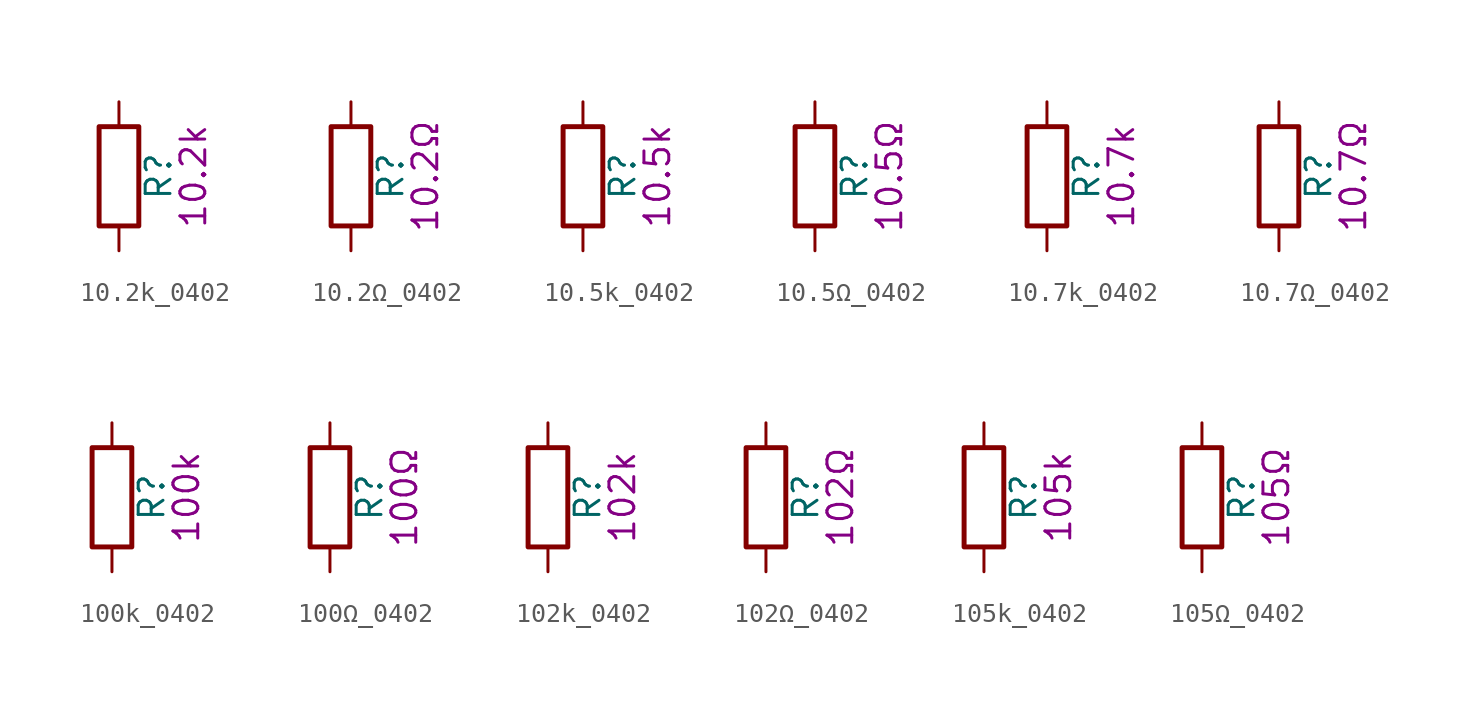
<source format=kicad_sym>
(kicad_symbol_lib
  (version 20211014)
  (generator kicad_symbol_editor)
  (symbol "10.2k_0402"
    (pin_numbers hide)
    (pin_names
      (offset 0))
    (property "Reference" "R"
      (at 2.032 0 90)
      (effects (font (size 1.27 1.27))))
    (property "Display" "10.2k"
      (at 3.81 0 90)
      (effects (font (size 1.27 1.27))))
    (symbol "10.2k_0402_0_1"
      (rectangle (start -1.016 -2.54) (end 1.016 2.54) (stroke (width 0.254) (type default) (color 0 0 0 0)) (fill (type none))))
    (symbol "10.2k_0402_1_1"
      (pin passive line (at 0 3.81 270) (length 1.27) (name "~" (effects (font (size 1.27 1.27)))) (number "1" (effects (font (size 1.27 1.27)))))
      (pin passive line (at 0 -3.81 90) (length 1.27) (name "~" (effects (font (size 1.27 1.27)))) (number "2" (effects (font (size 1.27 1.27)))))))
  (symbol "10.2Ω_0402"
    (pin_numbers hide)
    (pin_names
      (offset 0))
    (property "Reference" "R"
      (at 2.032 0 90)
      (effects (font (size 1.27 1.27))))
    (property "Display" "10.2Ω"
      (at 3.81 0 90)
      (effects (font (size 1.27 1.27))))
    (symbol "10.2Ω_0402_0_1"
      (rectangle (start -1.016 -2.54) (end 1.016 2.54) (stroke (width 0.254) (type default) (color 0 0 0 0)) (fill (type none))))
    (symbol "10.2Ω_0402_1_1"
      (pin passive line (at 0 3.81 270) (length 1.27) (name "~" (effects (font (size 1.27 1.27)))) (number "1" (effects (font (size 1.27 1.27)))))
      (pin passive line (at 0 -3.81 90) (length 1.27) (name "~" (effects (font (size 1.27 1.27)))) (number "2" (effects (font (size 1.27 1.27)))))))
  (symbol "10.5k_0402"
    (pin_numbers hide)
    (pin_names
      (offset 0))
    (property "Reference" "R"
      (at 2.032 0 90)
      (effects (font (size 1.27 1.27))))
    (property "Display" "10.5k"
      (at 3.81 0 90)
      (effects (font (size 1.27 1.27))))
    (symbol "10.5k_0402_0_1"
      (rectangle (start -1.016 -2.54) (end 1.016 2.54) (stroke (width 0.254) (type default) (color 0 0 0 0)) (fill (type none))))
    (symbol "10.5k_0402_1_1"
      (pin passive line (at 0 3.81 270) (length 1.27) (name "~" (effects (font (size 1.27 1.27)))) (number "1" (effects (font (size 1.27 1.27)))))
      (pin passive line (at 0 -3.81 90) (length 1.27) (name "~" (effects (font (size 1.27 1.27)))) (number "2" (effects (font (size 1.27 1.27)))))))
  (symbol "10.5Ω_0402"
    (pin_numbers hide)
    (pin_names
      (offset 0))
    (property "Reference" "R"
      (at 2.032 0 90)
      (effects (font (size 1.27 1.27))))
    (property "Display" "10.5Ω"
      (at 3.81 0 90)
      (effects (font (size 1.27 1.27))))
    (symbol "10.5Ω_0402_0_1"
      (rectangle (start -1.016 -2.54) (end 1.016 2.54) (stroke (width 0.254) (type default) (color 0 0 0 0)) (fill (type none))))
    (symbol "10.5Ω_0402_1_1"
      (pin passive line (at 0 3.81 270) (length 1.27) (name "~" (effects (font (size 1.27 1.27)))) (number "1" (effects (font (size 1.27 1.27)))))
      (pin passive line (at 0 -3.81 90) (length 1.27) (name "~" (effects (font (size 1.27 1.27)))) (number "2" (effects (font (size 1.27 1.27)))))))
  (symbol "10.7k_0402"
    (pin_numbers hide)
    (pin_names
      (offset 0))
    (property "Reference" "R"
      (at 2.032 0 90)
      (effects (font (size 1.27 1.27))))
    (property "Display" "10.7k"
      (at 3.81 0 90)
      (effects (font (size 1.27 1.27))))
    (symbol "10.7k_0402_0_1"
      (rectangle (start -1.016 -2.54) (end 1.016 2.54) (stroke (width 0.254) (type default) (color 0 0 0 0)) (fill (type none))))
    (symbol "10.7k_0402_1_1"
      (pin passive line (at 0 3.81 270) (length 1.27) (name "~" (effects (font (size 1.27 1.27)))) (number "1" (effects (font (size 1.27 1.27)))))
      (pin passive line (at 0 -3.81 90) (length 1.27) (name "~" (effects (font (size 1.27 1.27)))) (number "2" (effects (font (size 1.27 1.27)))))))
  (symbol "10.7Ω_0402"
    (pin_numbers hide)
    (pin_names
      (offset 0))
    (property "Reference" "R"
      (at 2.032 0 90)
      (effects (font (size 1.27 1.27))))
    (property "Display" "10.7Ω"
      (at 3.81 0 90)
      (effects (font (size 1.27 1.27))))
    (symbol "10.7Ω_0402_0_1"
      (rectangle (start -1.016 -2.54) (end 1.016 2.54) (stroke (width 0.254) (type default) (color 0 0 0 0)) (fill (type none))))
    (symbol "10.7Ω_0402_1_1"
      (pin passive line (at 0 3.81 270) (length 1.27) (name "~" (effects (font (size 1.27 1.27)))) (number "1" (effects (font (size 1.27 1.27)))))
      (pin passive line (at 0 -3.81 90) (length 1.27) (name "~" (effects (font (size 1.27 1.27)))) (number "2" (effects (font (size 1.27 1.27)))))))
  (symbol "100k_0402"
    (pin_numbers hide)
    (pin_names
      (offset 0))
    (property "Reference" "R"
      (at 2.032 0 90)
      (effects (font (size 1.27 1.27))))
    (property "Display" "100k"
      (at 3.81 0 90)
      (effects (font (size 1.27 1.27))))
    (symbol "100k_0402_0_1"
      (rectangle (start -1.016 -2.54) (end 1.016 2.54) (stroke (width 0.254) (type default) (color 0 0 0 0)) (fill (type none))))
    (symbol "100k_0402_1_1"
      (pin passive line (at 0 3.81 270) (length 1.27) (name "~" (effects (font (size 1.27 1.27)))) (number "1" (effects (font (size 1.27 1.27)))))
      (pin passive line (at 0 -3.81 90) (length 1.27) (name "~" (effects (font (size 1.27 1.27)))) (number "2" (effects (font (size 1.27 1.27)))))))
  (symbol "100Ω_0402"
    (pin_numbers hide)
    (pin_names
      (offset 0))
    (property "Reference" "R"
      (at 2.032 0 90)
      (effects (font (size 1.27 1.27))))
    (property "Display" "100Ω"
      (at 3.81 0 90)
      (effects (font (size 1.27 1.27))))
    (symbol "100Ω_0402_0_1"
      (rectangle (start -1.016 -2.54) (end 1.016 2.54) (stroke (width 0.254) (type default) (color 0 0 0 0)) (fill (type none))))
    (symbol "100Ω_0402_1_1"
      (pin passive line (at 0 3.81 270) (length 1.27) (name "~" (effects (font (size 1.27 1.27)))) (number "1" (effects (font (size 1.27 1.27)))))
      (pin passive line (at 0 -3.81 90) (length 1.27) (name "~" (effects (font (size 1.27 1.27)))) (number "2" (effects (font (size 1.27 1.27)))))))
  (symbol "102k_0402"
    (pin_numbers hide)
    (pin_names
      (offset 0))
    (property "Reference" "R"
      (at 2.032 0 90)
      (effects (font (size 1.27 1.27))))
    (property "Display" "102k"
      (at 3.81 0 90)
      (effects (font (size 1.27 1.27))))
    (symbol "102k_0402_0_1"
      (rectangle (start -1.016 -2.54) (end 1.016 2.54) (stroke (width 0.254) (type default) (color 0 0 0 0)) (fill (type none))))
    (symbol "102k_0402_1_1"
      (pin passive line (at 0 3.81 270) (length 1.27) (name "~" (effects (font (size 1.27 1.27)))) (number "1" (effects (font (size 1.27 1.27)))))
      (pin passive line (at 0 -3.81 90) (length 1.27) (name "~" (effects (font (size 1.27 1.27)))) (number "2" (effects (font (size 1.27 1.27)))))))
  (symbol "102Ω_0402"
    (pin_numbers hide)
    (pin_names
      (offset 0))
    (property "Reference" "R"
      (at 2.032 0 90)
      (effects (font (size 1.27 1.27))))
    (property "Display" "102Ω"
      (at 3.81 0 90)
      (effects (font (size 1.27 1.27))))
    (symbol "102Ω_0402_0_1"
      (rectangle (start -1.016 -2.54) (end 1.016 2.54) (stroke (width 0.254) (type default) (color 0 0 0 0)) (fill (type none))))
    (symbol "102Ω_0402_1_1"
      (pin passive line (at 0 3.81 270) (length 1.27) (name "~" (effects (font (size 1.27 1.27)))) (number "1" (effects (font (size 1.27 1.27)))))
      (pin passive line (at 0 -3.81 90) (length 1.27) (name "~" (effects (font (size 1.27 1.27)))) (number "2" (effects (font (size 1.27 1.27)))))))
  (symbol "105k_0402"
    (pin_numbers hide)
    (pin_names
      (offset 0))
    (property "Reference" "R"
      (at 2.032 0 90)
      (effects (font (size 1.27 1.27))))
    (property "Display" "105k"
      (at 3.81 0 90)
      (effects (font (size 1.27 1.27))))
    (symbol "105k_0402_0_1"
      (rectangle (start -1.016 -2.54) (end 1.016 2.54) (stroke (width 0.254) (type default) (color 0 0 0 0)) (fill (type none))))
    (symbol "105k_0402_1_1"
      (pin passive line (at 0 3.81 270) (length 1.27) (name "~" (effects (font (size 1.27 1.27)))) (number "1" (effects (font (size 1.27 1.27)))))
      (pin passive line (at 0 -3.81 90) (length 1.27) (name "~" (effects (font (size 1.27 1.27)))) (number "2" (effects (font (size 1.27 1.27)))))))
  (symbol "105Ω_0402"
    (pin_numbers hide)
    (pin_names
      (offset 0))
    (property "Reference" "R"
      (at 2.032 0 90)
      (effects (font (size 1.27 1.27))))
    (property "Display" "105Ω"
      (at 3.81 0 90)
      (effects (font (size 1.27 1.27))))
    (symbol "105Ω_0402_0_1"
      (rectangle (start -1.016 -2.54) (end 1.016 2.54) (stroke (width 0.254) (type default) (color 0 0 0 0)) (fill (type none))))
    (symbol "105Ω_0402_1_1"
      (pin passive line (at 0 3.81 270) (length 1.27) (name "~" (effects (font (size 1.27 1.27)))) (number "1" (effects (font (size 1.27 1.27)))))
      (pin passive line (at 0 -3.81 90) (length 1.27) (name "~" (effects (font (size 1.27 1.27)))) (number "2" (effects (font (size 1.27 1.27))))))))
</source>
